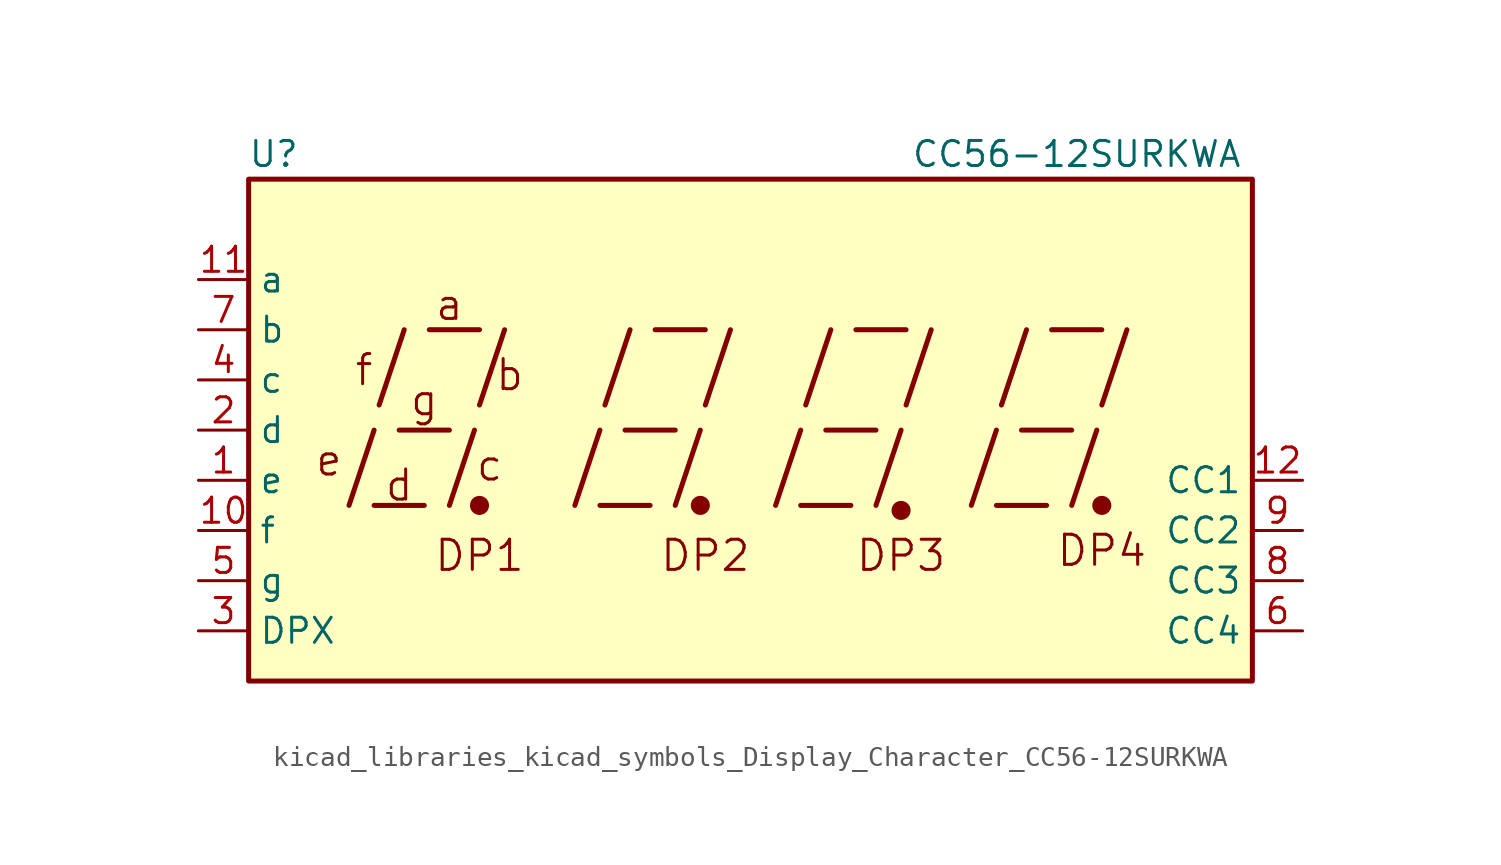
<source format=kicad_sym>
(kicad_symbol_lib
  (version 20220914)
  (generator kicad_symbol_editor)
  (symbol "kicad_libraries_kicad_symbols_Display_Character_CC56-12SURKWA"
    (property "Reference" "U"
      (at -24.13 13.97 0)
      (effects (font (size 1.27 1.27))))
    (property "Value" "CC56-12SURKWA"
      (at 16.51 13.97 0)
      (effects (font (size 1.27 1.27))))
    (symbol "kicad_libraries_kicad_symbols_Display_Character_CC56-12SURKWA_0_0"
      (rectangle (start -25.4 12.7) (end 25.4 -12.7) (stroke (width 0.254) (type default)) (fill (type background)))
      (polyline (pts (xy -20.32 -3.81) (xy -19.05 0)) (stroke (width 0.254) (type default)) (fill (type none)))
      (polyline (pts (xy -19.05 -3.81) (xy -16.51 -3.81)) (stroke (width 0.254) (type default)) (fill (type none)))
      (polyline (pts (xy -18.796 1.27) (xy -17.526 5.08)) (stroke (width 0.254) (type default)) (fill (type none)))
      (polyline (pts (xy -17.78 0) (xy -15.24 0)) (stroke (width 0.254) (type default)) (fill (type none)))
      (polyline (pts (xy -16.256 5.08) (xy -13.716 5.08)) (stroke (width 0.254) (type default)) (fill (type none)))
      (polyline (pts (xy -15.24 -3.81) (xy -13.97 0)) (stroke (width 0.254) (type default)) (fill (type none)))
      (polyline (pts (xy -13.716 1.27) (xy -12.446 5.08)) (stroke (width 0.254) (type default)) (fill (type none)))
      (polyline (pts (xy -8.89 -3.81) (xy -7.62 0)) (stroke (width 0.254) (type default)) (fill (type none)))
      (polyline (pts (xy -7.62 -3.81) (xy -5.08 -3.81)) (stroke (width 0.254) (type default)) (fill (type none)))
      (polyline (pts (xy -7.366 1.27) (xy -6.096 5.08)) (stroke (width 0.254) (type default)) (fill (type none)))
      (polyline (pts (xy -6.35 0) (xy -3.81 0)) (stroke (width 0.254) (type default)) (fill (type none)))
      (polyline (pts (xy -4.826 5.08) (xy -2.286 5.08)) (stroke (width 0.254) (type default)) (fill (type none)))
      (polyline (pts (xy -3.81 -3.81) (xy -2.54 0)) (stroke (width 0.254) (type default)) (fill (type none)))
      (polyline (pts (xy -2.286 1.27) (xy -1.016 5.08)) (stroke (width 0.254) (type default)) (fill (type none)))
      (polyline (pts (xy 1.27 -3.81) (xy 2.54 0)) (stroke (width 0.254) (type default)) (fill (type none)))
      (polyline (pts (xy 2.54 -3.81) (xy 5.08 -3.81)) (stroke (width 0.254) (type default)) (fill (type none)))
      (polyline (pts (xy 2.794 1.27) (xy 4.064 5.08)) (stroke (width 0.254) (type default)) (fill (type none)))
      (polyline (pts (xy 3.81 0) (xy 6.35 0)) (stroke (width 0.254) (type default)) (fill (type none)))
      (polyline (pts (xy 5.334 5.08) (xy 7.874 5.08)) (stroke (width 0.254) (type default)) (fill (type none)))
      (polyline (pts (xy 6.35 -3.81) (xy 7.62 0)) (stroke (width 0.254) (type default)) (fill (type none)))
      (polyline (pts (xy 7.874 1.27) (xy 9.144 5.08)) (stroke (width 0.254) (type default)) (fill (type none)))
      (polyline (pts (xy 11.176 -3.81) (xy 12.446 0)) (stroke (width 0.254) (type default)) (fill (type none)))
      (polyline (pts (xy 12.446 -3.81) (xy 14.986 -3.81)) (stroke (width 0.254) (type default)) (fill (type none)))
      (polyline (pts (xy 12.7 1.27) (xy 13.97 5.08)) (stroke (width 0.254) (type default)) (fill (type none)))
      (polyline (pts (xy 13.716 0) (xy 16.256 0)) (stroke (width 0.254) (type default)) (fill (type none)))
      (polyline (pts (xy 15.24 5.08) (xy 17.78 5.08)) (stroke (width 0.254) (type default)) (fill (type none)))
      (polyline (pts (xy 16.256 -3.81) (xy 17.526 0)) (stroke (width 0.254) (type default)) (fill (type none)))
      (polyline (pts (xy 17.78 1.27) (xy 19.05 5.08)) (stroke (width 0.254) (type default)) (fill (type none)))
      (text "a" (at -15.24 6.35 0) (effects (font (size 1.524 1.524))))
      (text "b" (at -12.192 2.794 0) (effects (font (size 1.524 1.524))))
      (text "c" (at -13.208 -1.778 0) (effects (font (size 1.524 1.524))))
      (text "d" (at -17.78 -2.794 0) (effects (font (size 1.524 1.524))))
      (text "DP1" (at -13.716 -6.35 0) (effects (font (size 1.524 1.524))))
      (text "DP2" (at -2.286 -6.35 0) (effects (font (size 1.524 1.524))))
      (text "DP3" (at 7.62 -6.35 0) (effects (font (size 1.524 1.524))))
      (text "DP4" (at 17.78 -6.096 0) (effects (font (size 1.524 1.524))))
      (text "e" (at -21.336 -1.524 0) (effects (font (size 1.524 1.524))))
      (text "f" (at -19.558 3.048 0) (effects (font (size 1.524 1.524))))
      (text "g" (at -16.51 1.524 0) (effects (font (size 1.524 1.524)))))
    (symbol "kicad_libraries_kicad_symbols_Display_Character_CC56-12SURKWA_0_1"
      (circle (center -13.716 -3.81) (radius 0.356) (stroke (width 0.254) (type default)) (fill (type outline)))
      (circle (center -2.54 -3.81) (radius 0.356) (stroke (width 0.254) (type default)) (fill (type outline))))
    (symbol "kicad_libraries_kicad_symbols_Display_Character_CC56-12SURKWA_1_0"
      (circle (center 7.62 -4.064) (radius 0.356) (stroke (width 0.254) (type default)) (fill (type outline)))
      (circle (center 17.78 -3.81) (radius 0.356) (stroke (width 0.254) (type default)) (fill (type outline))))
    (symbol "kicad_libraries_kicad_symbols_Display_Character_CC56-12SURKWA_1_1"
      (pin input line (at -27.94 -2.54 0) (length 2.54) (name "e" (effects (font (size 1.27 1.27)))) (number "1" (effects (font (size 1.27 1.27)))))
      (pin input line (at -27.94 -5.08 0) (length 2.54) (name "f" (effects (font (size 1.27 1.27)))) (number "10" (effects (font (size 1.27 1.27)))))
      (pin input line (at -27.94 7.62 0) (length 2.54) (name "a" (effects (font (size 1.27 1.27)))) (number "11" (effects (font (size 1.27 1.27)))))
      (pin input line (at 27.94 -2.54 180) (length 2.54) (name "CC1" (effects (font (size 1.27 1.27)))) (number "12" (effects (font (size 1.27 1.27)))))
      (pin input line (at -27.94 0 0) (length 2.54) (name "d" (effects (font (size 1.27 1.27)))) (number "2" (effects (font (size 1.27 1.27)))))
      (pin input line (at -27.94 -10.16 0) (length 2.54) (name "DPX" (effects (font (size 1.27 1.27)))) (number "3" (effects (font (size 1.27 1.27)))))
      (pin input line (at -27.94 2.54 0) (length 2.54) (name "c" (effects (font (size 1.27 1.27)))) (number "4" (effects (font (size 1.27 1.27)))))
      (pin input line (at -27.94 -7.62 0) (length 2.54) (name "g" (effects (font (size 1.27 1.27)))) (number "5" (effects (font (size 1.27 1.27)))))
      (pin input line (at 27.94 -10.16 180) (length 2.54) (name "CC4" (effects (font (size 1.27 1.27)))) (number "6" (effects (font (size 1.27 1.27)))))
      (pin input line (at -27.94 5.08 0) (length 2.54) (name "b" (effects (font (size 1.27 1.27)))) (number "7" (effects (font (size 1.27 1.27)))))
      (pin input line (at 27.94 -7.62 180) (length 2.54) (name "CC3" (effects (font (size 1.27 1.27)))) (number "8" (effects (font (size 1.27 1.27)))))
      (pin input line (at 27.94 -5.08 180) (length 2.54) (name "CC2" (effects (font (size 1.27 1.27)))) (number "9" (effects (font (size 1.27 1.27))))))))
</source>
